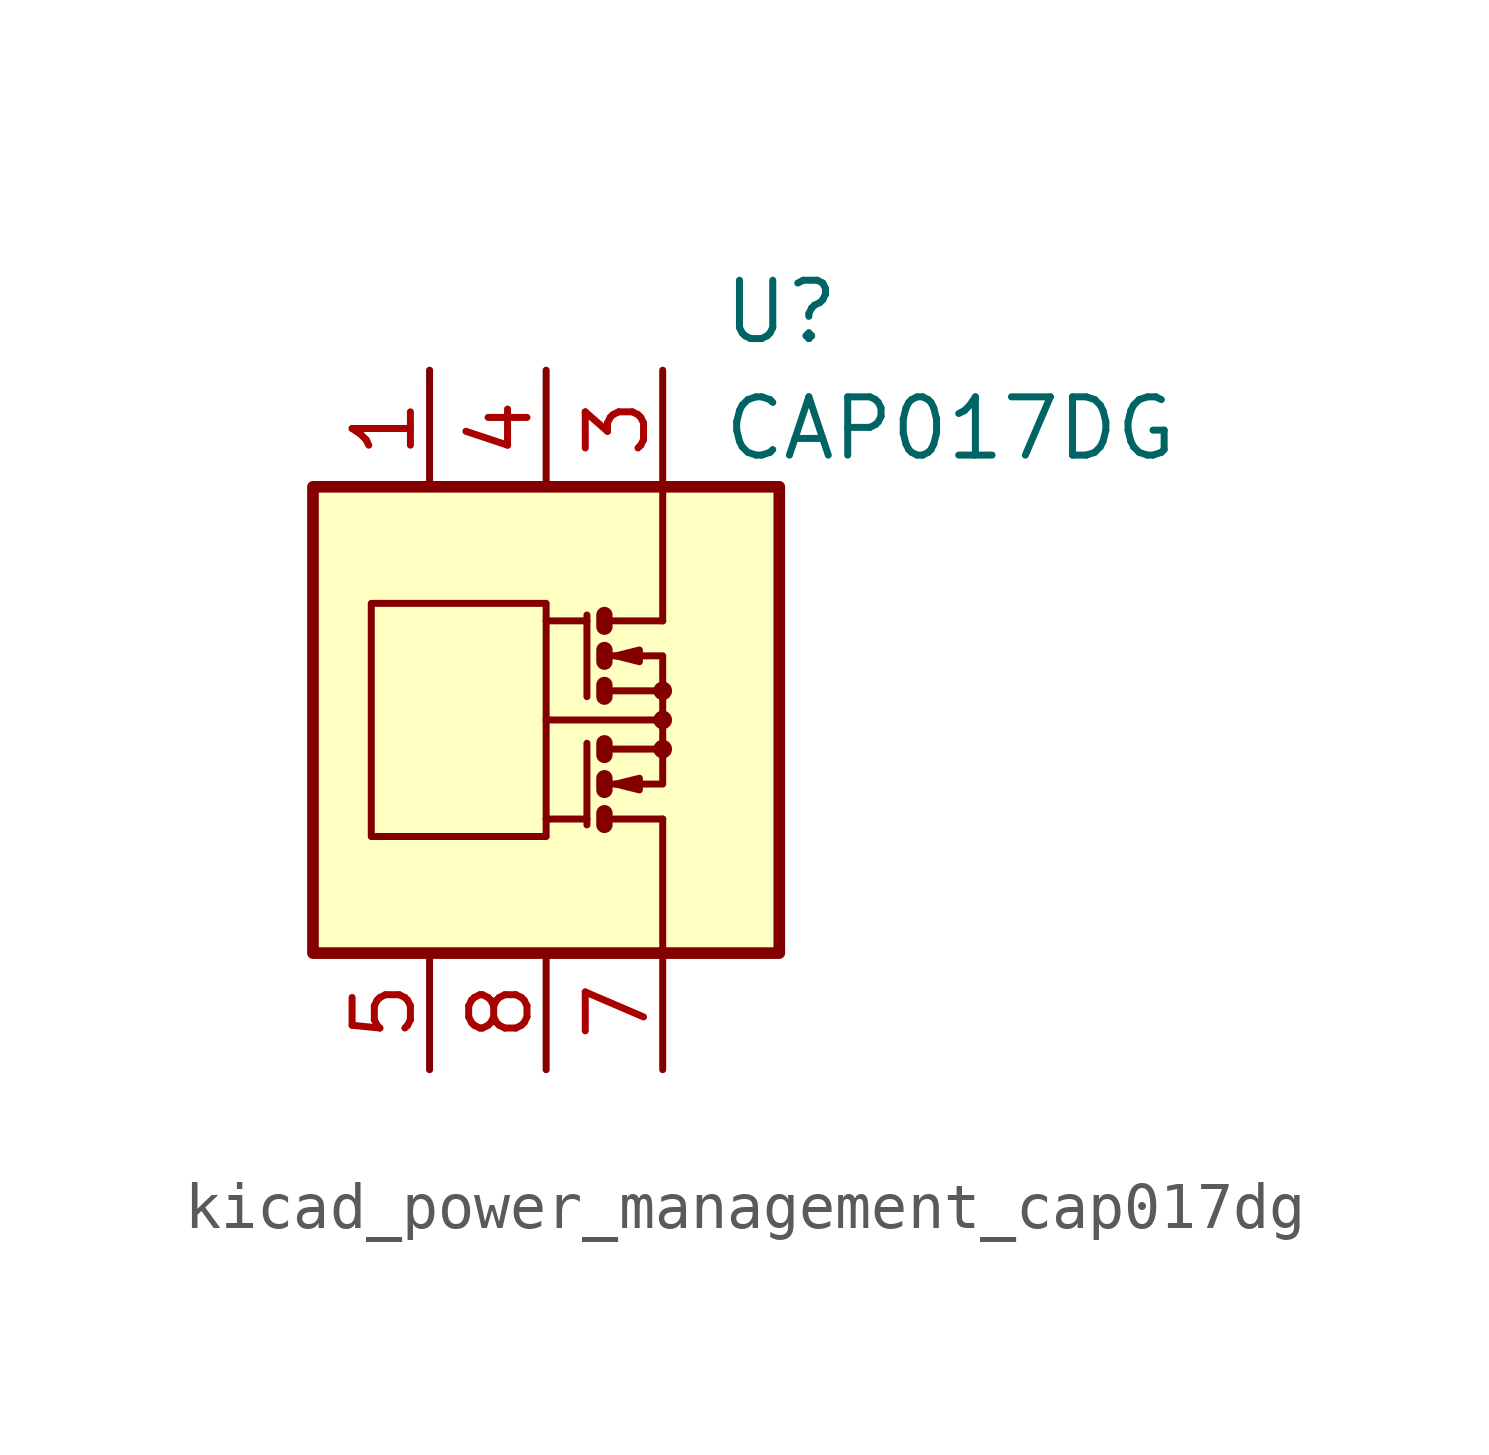
<source format=kicad_sym>
(kicad_symbol_lib
  (version 20220914)
  (generator kicad_symbol_editor)
  (symbol "kicad_power_management_cap017dg"
    (pin_names
      (offset 1.27))
    (property "Reference" "U"
      (at 3.81 8.89 0)
      (effects (font (size 1.27 1.27)) (justify left)))
    (property "Value" "CAP017DG"
      (at 3.81 6.35 0)
      (effects (font (size 1.27 1.27)) (justify left)))
    (symbol "kicad_power_management_cap017dg_0_1"
      (rectangle (start -5.08 5.08) (end 5.08 -5.08) (stroke (width 0.254) (type default)) (fill (type background)))
      (rectangle (start -3.81 2.54) (end 0 -2.54) (stroke (width 0) (type default)) (fill (type none)))
      (polyline (pts (xy 0.889 -2.159) (xy 0 -2.159)) (stroke (width 0) (type default)) (fill (type none)))
      (polyline (pts (xy 0.889 -0.508) (xy 0.889 -2.286)) (stroke (width 0) (type default)) (fill (type none)))
      (polyline (pts (xy 0.889 2.159) (xy 0 2.159)) (stroke (width 0) (type default)) (fill (type none)))
      (polyline (pts (xy 0.889 2.286) (xy 0.889 0.508)) (stroke (width 0) (type default)) (fill (type none)))
      (polyline (pts (xy 1.27 -2.159) (xy 2.54 -2.159)) (stroke (width 0) (type default)) (fill (type none)))
      (polyline (pts (xy 1.27 2.159) (xy 2.54 2.159)) (stroke (width 0) (type default)) (fill (type none)))
      (polyline (pts (xy 2.413 0) (xy 0 0)) (stroke (width 0) (type default)) (fill (type none)))
      (polyline (pts (xy 2.54 -2.159) (xy 2.54 -5.08)) (stroke (width 0) (type default)) (fill (type none)))
      (polyline (pts (xy 1.27 -2.032) (xy 1.27 -2.286) (xy 1.27 -2.286)) (stroke (width 0.356) (type default)) (fill (type none)))
      (polyline (pts (xy 1.27 -1.27) (xy 1.27 -1.524) (xy 1.27 -1.524)) (stroke (width 0.356) (type default)) (fill (type none)))
      (polyline (pts (xy 1.27 0.762) (xy 1.27 0.508) (xy 1.27 0.508)) (stroke (width 0.356) (type default)) (fill (type none)))
      (polyline (pts (xy 1.27 1.524) (xy 1.27 1.27) (xy 1.27 1.27)) (stroke (width 0.356) (type default)) (fill (type none)))
      (polyline (pts (xy 1.27 2.286) (xy 1.27 2.032) (xy 1.27 2.032)) (stroke (width 0.356) (type default)) (fill (type none)))
      (polyline (pts (xy 1.397 -1.397) (xy 2.54 -1.397) (xy 2.54 -0.635)) (stroke (width 0) (type default)) (fill (type none)))
      (polyline (pts (xy 1.397 1.397) (xy 2.54 1.397) (xy 2.54 0.635)) (stroke (width 0) (type default)) (fill (type none)))
      (polyline (pts (xy 2.54 2.159) (xy 2.54 5.08) (xy 2.54 3.175)) (stroke (width 0) (type default)) (fill (type none)))
      (polyline (pts (xy 1.397 -0.635) (xy 2.54 -0.635) (xy 2.54 0.635) (xy 1.397 0.635)) (stroke (width 0) (type default)) (fill (type none)))
      (polyline (pts (xy 1.524 -1.397) (xy 2.032 -1.27) (xy 2.032 -1.524) (xy 1.524 -1.397)) (stroke (width 0) (type default)) (fill (type none)))
      (polyline (pts (xy 1.524 1.397) (xy 2.032 1.524) (xy 2.032 1.27) (xy 1.524 1.397)) (stroke (width 0) (type default)) (fill (type none)))
      (circle (center 2.54 -0.635) (radius 0.127) (stroke (width 0) (type default)) (fill (type none)))
      (circle (center 2.54 0) (radius 0.127) (stroke (width 0) (type default)) (fill (type none)))
      (circle (center 2.54 0.635) (radius 0.127) (stroke (width 0) (type default)) (fill (type none))))
    (symbol "kicad_power_management_cap017dg_1_1"
      (polyline (pts (xy 1.27 -0.508) (xy 1.27 -0.762)) (stroke (width 0.356) (type default)) (fill (type none)))
      (pin passive line (at -2.54 7.62 270) (length 2.54) (name "~" (effects (font (size 1.27 1.27)))) (number "1" (effects (font (size 1.27 1.27)))))
      (pin passive line (at 2.54 7.62 270) (length 2.54) hide (name "~" (effects (font (size 1.27 1.27)))) (number "2" (effects (font (size 1.27 1.27)))))
      (pin passive line (at 2.54 7.62 270) (length 2.54) (name "~" (effects (font (size 1.27 1.27)))) (number "3" (effects (font (size 1.27 1.27)))))
      (pin passive line (at 0 7.62 270) (length 2.54) (name "~" (effects (font (size 1.27 1.27)))) (number "4" (effects (font (size 1.27 1.27)))))
      (pin passive line (at -2.54 -7.62 90) (length 2.54) (name "~" (effects (font (size 1.27 1.27)))) (number "5" (effects (font (size 1.27 1.27)))))
      (pin passive line (at 2.54 -7.62 90) (length 2.54) hide (name "~" (effects (font (size 1.27 1.27)))) (number "6" (effects (font (size 1.27 1.27)))))
      (pin passive line (at 2.54 -7.62 90) (length 2.54) (name "~" (effects (font (size 1.27 1.27)))) (number "7" (effects (font (size 1.27 1.27)))))
      (pin passive line (at 0 -7.62 90) (length 2.54) (name "~" (effects (font (size 1.27 1.27)))) (number "8" (effects (font (size 1.27 1.27))))))))
</source>
